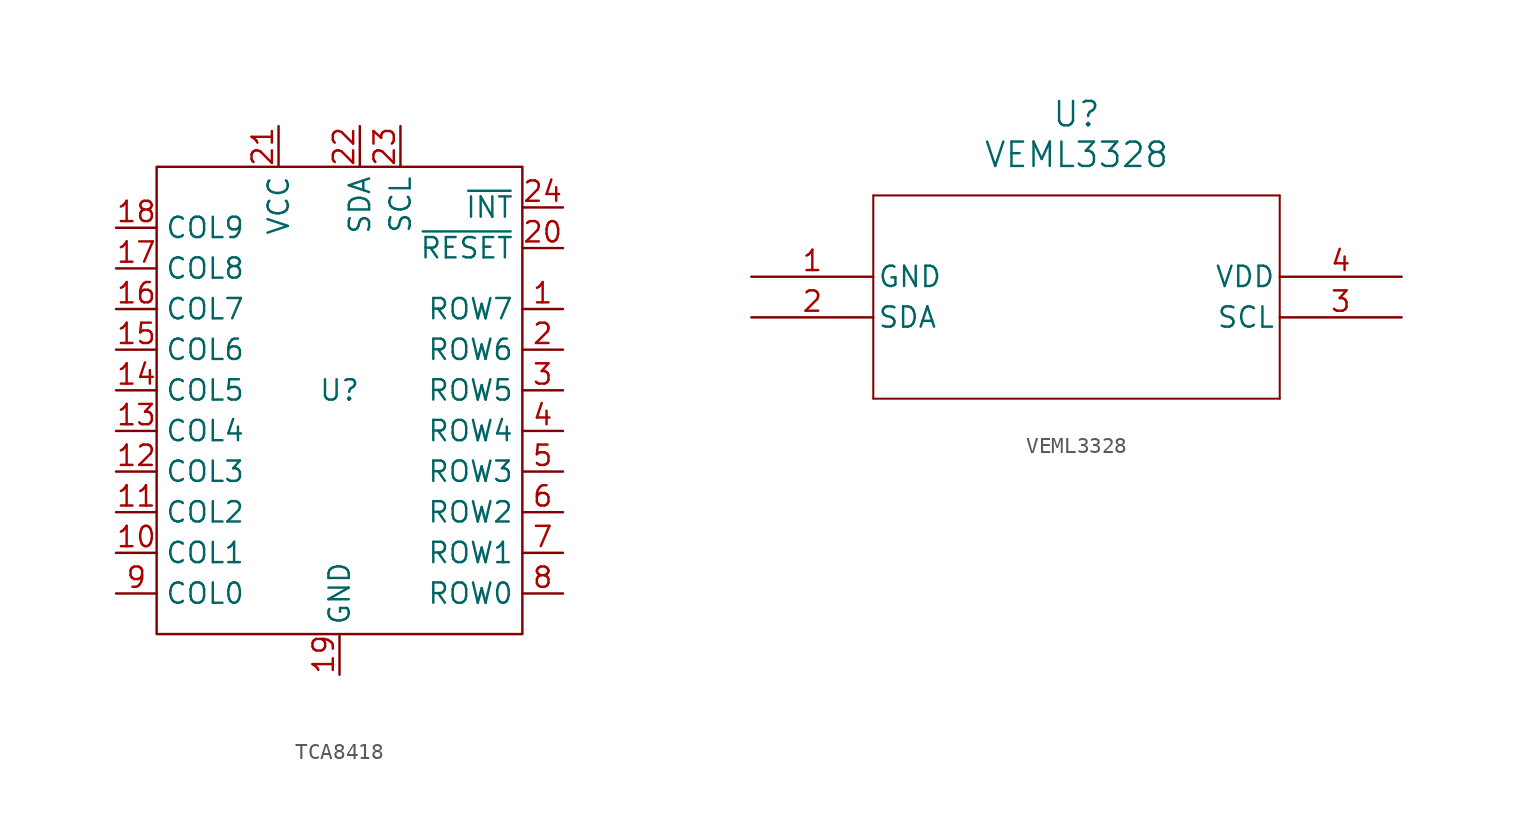
<source format=kicad_sym>
(kicad_symbol_lib
  (version 20241209)
  (generator "kicad_symbol_editor")
  (generator_version "9.0")
  (symbol "TCA8418"
    (property "Reference" "U"
      (at 0 0 0)
      (effects (font (size 1.27 1.27))))
    (property "Value" ""
      (at 0 0 0)
      (effects (font (size 1.27 1.27))))
    (symbol "TCA8418_0_0"
      (pin bidirectional line (at -13.97 10.16 0) (length 2.54) (name "COL9" (effects (font (size 1.27 1.27)))) (number "18" (effects (font (size 1.27 1.27)))))
      (pin bidirectional line (at -13.97 7.62 0) (length 2.54) (name "COL8" (effects (font (size 1.27 1.27)))) (number "17" (effects (font (size 1.27 1.27)))))
      (pin bidirectional line (at -13.97 5.08 0) (length 2.54) (name "COL7" (effects (font (size 1.27 1.27)))) (number "16" (effects (font (size 1.27 1.27)))))
      (pin bidirectional line (at -13.97 2.54 0) (length 2.54) (name "COL6" (effects (font (size 1.27 1.27)))) (number "15" (effects (font (size 1.27 1.27)))))
      (pin bidirectional line (at -13.97 0 0) (length 2.54) (name "COL5" (effects (font (size 1.27 1.27)))) (number "14" (effects (font (size 1.27 1.27)))))
      (pin bidirectional line (at -13.97 -2.54 0) (length 2.54) (name "COL4" (effects (font (size 1.27 1.27)))) (number "13" (effects (font (size 1.27 1.27)))))
      (pin bidirectional line (at -13.97 -5.08 0) (length 2.54) (name "COL3" (effects (font (size 1.27 1.27)))) (number "12" (effects (font (size 1.27 1.27)))))
      (pin bidirectional line (at -13.97 -7.62 0) (length 2.54) (name "COL2" (effects (font (size 1.27 1.27)))) (number "11" (effects (font (size 1.27 1.27)))))
      (pin bidirectional line (at -13.97 -10.16 0) (length 2.54) (name "COL1" (effects (font (size 1.27 1.27)))) (number "10" (effects (font (size 1.27 1.27)))))
      (pin bidirectional line (at -13.97 -12.7 0) (length 2.54) (name "COL0" (effects (font (size 1.27 1.27)))) (number "9" (effects (font (size 1.27 1.27)))))
      (pin power_in line (at -3.81 16.51 270) (length 2.54) (name "VCC" (effects (font (size 1.27 1.27)))) (number "21" (effects (font (size 1.27 1.27)))))
      (pin power_in line (at 0 -17.78 90) (length 2.54) (name "GND" (effects (font (size 1.27 1.27)))) (number "19" (effects (font (size 1.27 1.27)))))
      (pin bidirectional line (at 1.27 16.51 270) (length 2.54) (name "SDA" (effects (font (size 1.27 1.27)))) (number "22" (effects (font (size 1.27 1.27)))))
      (pin input line (at 3.81 16.51 270) (length 2.54) (name "SCL" (effects (font (size 1.27 1.27)))) (number "23" (effects (font (size 1.27 1.27)))))
      (pin output line (at 13.97 11.43 180) (length 2.54) (name "~{INT}" (effects (font (size 1.27 1.27)))) (number "24" (effects (font (size 1.27 1.27)))))
      (pin bidirectional line (at 13.97 5.08 180) (length 2.54) (name "ROW7" (effects (font (size 1.27 1.27)))) (number "1" (effects (font (size 1.27 1.27)))))
      (pin bidirectional line (at 13.97 2.54 180) (length 2.54) (name "ROW6" (effects (font (size 1.27 1.27)))) (number "2" (effects (font (size 1.27 1.27)))))
      (pin bidirectional line (at 13.97 0 180) (length 2.54) (name "ROW5" (effects (font (size 1.27 1.27)))) (number "3" (effects (font (size 1.27 1.27)))))
      (pin bidirectional line (at 13.97 -2.54 180) (length 2.54) (name "ROW4" (effects (font (size 1.27 1.27)))) (number "4" (effects (font (size 1.27 1.27)))))
      (pin bidirectional line (at 13.97 -5.08 180) (length 2.54) (name "ROW3" (effects (font (size 1.27 1.27)))) (number "5" (effects (font (size 1.27 1.27)))))
      (pin bidirectional line (at 13.97 -7.62 180) (length 2.54) (name "ROW2" (effects (font (size 1.27 1.27)))) (number "6" (effects (font (size 1.27 1.27)))))
      (pin bidirectional line (at 13.97 -10.16 180) (length 2.54) (name "ROW1" (effects (font (size 1.27 1.27)))) (number "7" (effects (font (size 1.27 1.27)))))
      (pin bidirectional line (at 13.97 -12.7 180) (length 2.54) (name "ROW0" (effects (font (size 1.27 1.27)))) (number "8" (effects (font (size 1.27 1.27))))))
    (symbol "TCA8418_0_1"
      (rectangle (start -11.43 13.97) (end 11.43 -15.24) (stroke (width 0) (type default)) (fill (type none))))
    (symbol "TCA8418_1_0"
      (pin input line (at 13.97 8.89 180) (length 2.54) (name "~{RESET}" (effects (font (size 1.27 1.27)))) (number "20" (effects (font (size 1.27 1.27)))))))
  (symbol "VEML3328"
    (pin_names
      (offset 0.254))
    (property "Reference" "U"
      (at 20.32 10.16 0)
      (effects (font (size 1.524 1.524))))
    (property "Value" "VEML3328"
      (at 20.32 7.62 0)
      (effects (font (size 1.524 1.524))))
    (symbol "VEML3328_0_1"
      (polyline (pts (xy 7.62 5.08) (xy 7.62 -7.62)) (stroke (width 0.127) (type default)) (fill (type none)))
      (polyline (pts (xy 7.62 -7.62) (xy 33.02 -7.62)) (stroke (width 0.127) (type default)) (fill (type none)))
      (polyline (pts (xy 33.02 5.08) (xy 7.62 5.08)) (stroke (width 0.127) (type default)) (fill (type none)))
      (polyline (pts (xy 33.02 -7.62) (xy 33.02 5.08)) (stroke (width 0.127) (type default)) (fill (type none))))
    (symbol "VEML3328_1_1"
      (pin power_in line (at 0 0 0) (length 7.62) (name "GND" (effects (font (size 1.27 1.27)))) (number "1" (effects (font (size 1.27 1.27)))))
      (pin bidirectional line (at 0 -2.54 0) (length 7.62) (name "SDA" (effects (font (size 1.27 1.27)))) (number "2" (effects (font (size 1.27 1.27)))))
      (pin power_in line (at 40.64 0 180) (length 7.62) (name "VDD" (effects (font (size 1.27 1.27)))) (number "4" (effects (font (size 1.27 1.27)))))
      (pin input line (at 40.64 -2.54 180) (length 7.62) (name "SCL" (effects (font (size 1.27 1.27)))) (number "3" (effects (font (size 1.27 1.27))))))))
</source>
